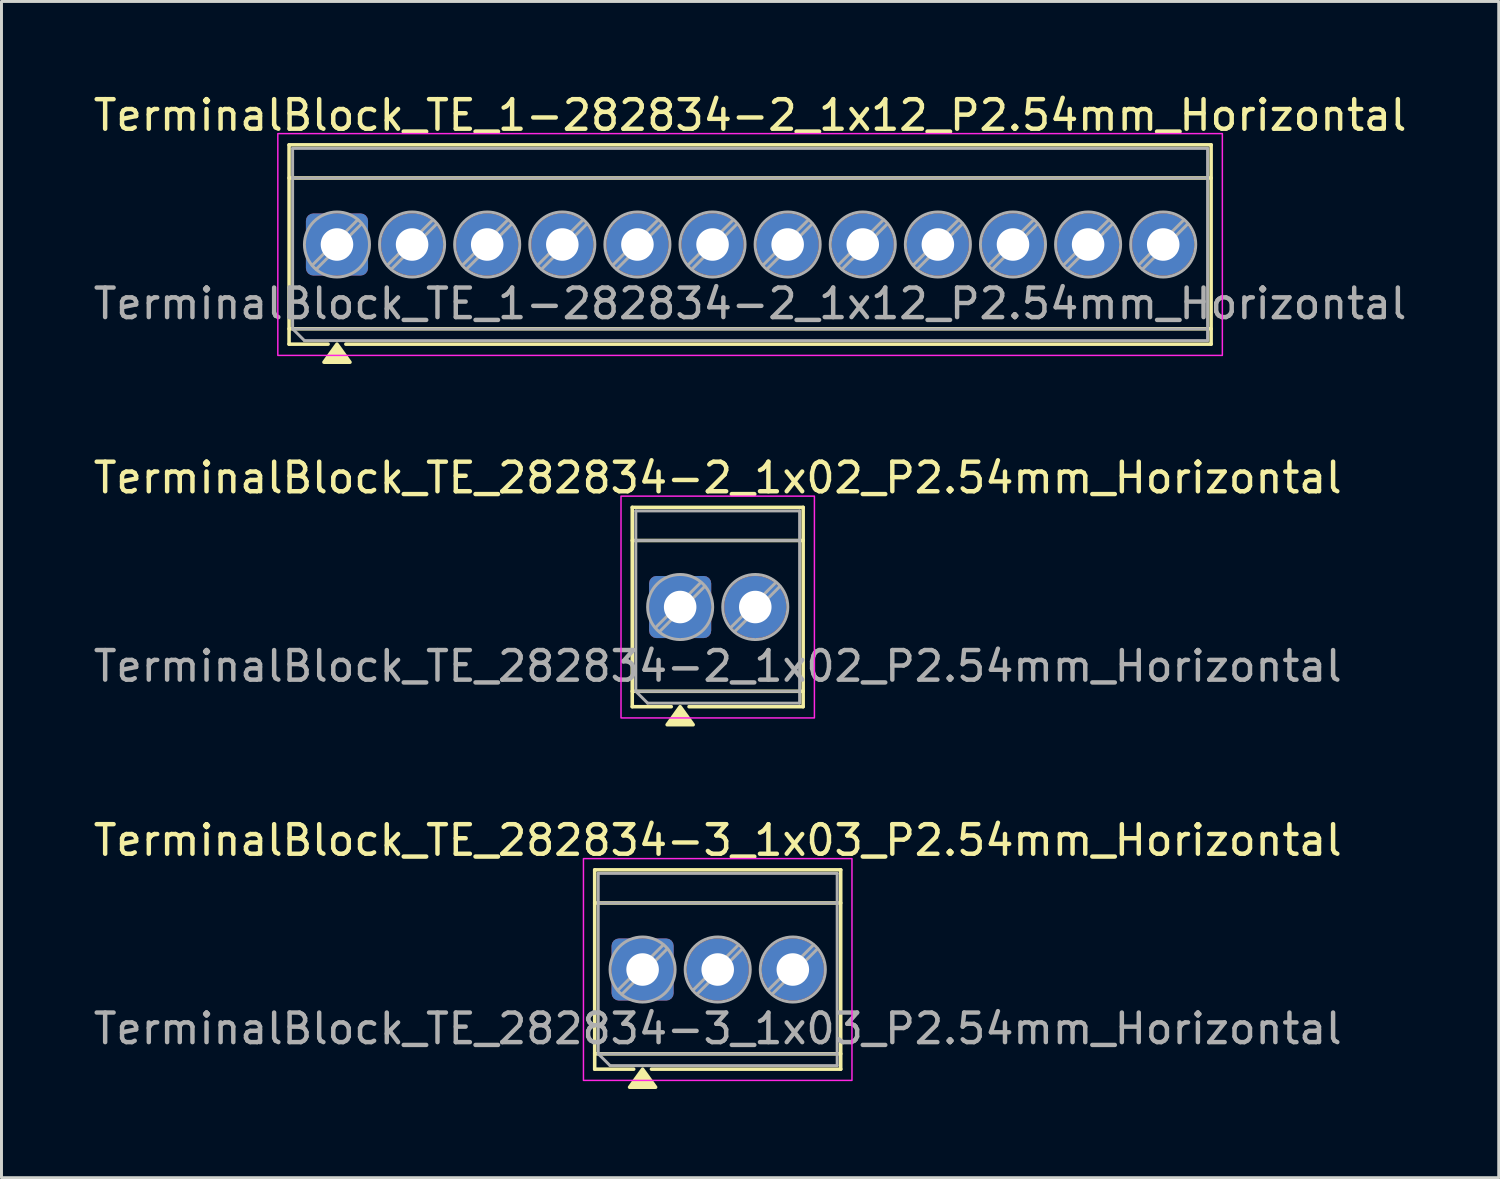
<source format=kicad_pcb>
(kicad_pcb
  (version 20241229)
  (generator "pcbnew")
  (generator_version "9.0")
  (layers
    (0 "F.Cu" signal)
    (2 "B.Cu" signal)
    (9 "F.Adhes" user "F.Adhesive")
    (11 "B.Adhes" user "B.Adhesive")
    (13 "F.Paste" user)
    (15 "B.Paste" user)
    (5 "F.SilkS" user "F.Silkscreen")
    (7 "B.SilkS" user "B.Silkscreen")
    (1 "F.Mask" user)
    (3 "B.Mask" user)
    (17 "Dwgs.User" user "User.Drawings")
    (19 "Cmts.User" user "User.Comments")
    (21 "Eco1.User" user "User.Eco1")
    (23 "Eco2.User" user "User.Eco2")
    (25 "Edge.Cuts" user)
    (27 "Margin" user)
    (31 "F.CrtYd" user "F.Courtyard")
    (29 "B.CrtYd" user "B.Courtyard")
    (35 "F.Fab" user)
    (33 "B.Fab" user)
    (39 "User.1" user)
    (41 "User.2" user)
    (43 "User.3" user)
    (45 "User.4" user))
  (footprint "TerminalBlock_TE_282834-3_1x03_P2.54mm_Horizontal"
    (layer "F.Cu")
    (at 18.68 29.735)
    (property "Reference" "TerminalBlock_TE_282834-3_1x03_P2.54mm_Horizontal" (at 2.54 -4.37 0) (layer "F.SilkS") (effects (font (size 1 1) (thickness 0.15))))
    (attr through_hole)
    (fp_line (start -1.62 -3.37) (end 6.7 -3.37) (stroke (width 0.12) (type solid)) (layer "F.SilkS"))
    (fp_line (start -1.62 -2.25) (end 6.7 -2.25) (stroke (width 0.12) (type solid)) (layer "F.SilkS"))
    (fp_line (start -1.62 2.85) (end 6.7 2.85) (stroke (width 0.12) (type solid)) (layer "F.SilkS"))
    (fp_line (start -1.62 3.37) (end -1.62 -3.37) (stroke (width 0.12) (type solid)) (layer "F.SilkS"))
    (fp_line (start -0.3 3.37) (end -1.62 3.37) (stroke (width 0.12) (type solid)) (layer "F.SilkS"))
    (fp_line (start 6.7 -3.37) (end 6.7 3.37) (stroke (width 0.12) (type solid)) (layer "F.SilkS"))
    (fp_line (start 6.7 3.37) (end 0.3 3.37) (stroke (width 0.12) (type solid)) (layer "F.SilkS"))
    (fp_poly (pts (xy 0 3.37) (xy 0.44 3.98) (xy -0.44 3.98)) (stroke (width 0.12) (type solid)) (fill yes) (layer "F.SilkS"))
    (fp_rect (start -2 -3.75) (end 7.08 3.75) (stroke (width 0.05) (type solid)) (fill no) (layer "F.CrtYd"))
    (fp_line (start -1.5 -3.25) (end 6.58 -3.25) (stroke (width 0.1) (type solid)) (layer "F.Fab"))
    (fp_line (start -1.5 -2.25) (end 6.58 -2.25) (stroke (width 0.1) (type solid)) (layer "F.Fab"))
    (fp_line (start -1.5 2.85) (end -1.5 -3.25) (stroke (width 0.1) (type solid)) (layer "F.Fab"))
    (fp_line (start -1.5 2.85) (end 6.58 2.85) (stroke (width 0.1) (type solid)) (layer "F.Fab"))
    (fp_line (start -1.1 3.25) (end -1.5 2.85) (stroke (width 0.1) (type solid)) (layer "F.Fab"))
    (fp_line (start 0.7 -0.834) (end -0.834 0.7) (stroke (width 0.1) (type solid)) (layer "F.Fab"))
    (fp_line (start 0.834 -0.7) (end -0.7 0.834) (stroke (width 0.1) (type solid)) (layer "F.Fab"))
    (fp_line (start 3.24 -0.834) (end 1.706 0.7) (stroke (width 0.1) (type solid)) (layer "F.Fab"))
    (fp_line (start 3.374 -0.7) (end 1.84 0.834) (stroke (width 0.1) (type solid)) (layer "F.Fab"))
    (fp_line (start 5.78 -0.834) (end 4.246 0.7) (stroke (width 0.1) (type solid)) (layer "F.Fab"))
    (fp_line (start 5.914 -0.7) (end 4.38 0.834) (stroke (width 0.1) (type solid)) (layer "F.Fab"))
    (fp_line (start 6.58 -3.25) (end 6.58 3.25) (stroke (width 0.1) (type solid)) (layer "F.Fab"))
    (fp_line (start 6.58 3.25) (end -1.1 3.25) (stroke (width 0.1) (type solid)) (layer "F.Fab"))
    (fp_circle (center 0 0) (end 1.1 0) (stroke (width 0.1) (type solid)) (fill no) (layer "F.Fab"))
    (fp_circle (center 2.54 0) (end 3.64 0) (stroke (width 0.1) (type solid)) (fill no) (layer "F.Fab"))
    (fp_circle (center 5.08 0) (end 6.18 0) (stroke (width 0.1) (type solid)) (fill no) (layer "F.Fab"))
    (fp_text user "${REFERENCE}" (at 2.54 2 0) (layer "F.Fab") (effects (font (size 1 1) (thickness 0.15))))
    (pad "1" thru_hole roundrect (at 0 0) (size 2.1 2.1) (drill 1.1) (layers "*.Cu" "*.Mask") (roundrect_rratio 0.119))
    (pad "2" thru_hole circle (at 2.54 0) (size 2.1 2.1) (drill 1.1) (layers "*.Cu" "*.Mask"))
    (pad "3" thru_hole circle (at 5.08 0) (size 2.1 2.1) (drill 1.1) (layers "*.Cu" "*.Mask")))
  (footprint "TerminalBlock_TE_1-282834-2_1x12_P2.54mm_Horizontal"
    (layer "F.Cu")
    (at 8.345 5.218)
    (property "Reference" "TerminalBlock_TE_1-282834-2_1x12_P2.54mm_Horizontal" (at 13.97 -4.37 0) (layer "F.SilkS") (effects (font (size 1 1) (thickness 0.15))))
    (attr through_hole)
    (fp_line (start -1.62 -3.37) (end 29.56 -3.37) (stroke (width 0.12) (type solid)) (layer "F.SilkS"))
    (fp_line (start -1.62 -2.25) (end 29.56 -2.25) (stroke (width 0.12) (type solid)) (layer "F.SilkS"))
    (fp_line (start -1.62 2.85) (end 29.56 2.85) (stroke (width 0.12) (type solid)) (layer "F.SilkS"))
    (fp_line (start -1.62 3.37) (end -1.62 -3.37) (stroke (width 0.12) (type solid)) (layer "F.SilkS"))
    (fp_line (start -0.3 3.37) (end -1.62 3.37) (stroke (width 0.12) (type solid)) (layer "F.SilkS"))
    (fp_line (start 29.56 -3.37) (end 29.56 3.37) (stroke (width 0.12) (type solid)) (layer "F.SilkS"))
    (fp_line (start 29.56 3.37) (end 0.3 3.37) (stroke (width 0.12) (type solid)) (layer "F.SilkS"))
    (fp_poly (pts (xy 0 3.37) (xy 0.44 3.98) (xy -0.44 3.98)) (stroke (width 0.12) (type solid)) (fill yes) (layer "F.SilkS"))
    (fp_rect (start -2 -3.75) (end 29.94 3.75) (stroke (width 0.05) (type solid)) (fill no) (layer "F.CrtYd"))
    (fp_line (start -1.5 -3.25) (end 29.44 -3.25) (stroke (width 0.1) (type solid)) (layer "F.Fab"))
    (fp_line (start -1.5 -2.25) (end 29.44 -2.25) (stroke (width 0.1) (type solid)) (layer "F.Fab"))
    (fp_line (start -1.5 2.85) (end -1.5 -3.25) (stroke (width 0.1) (type solid)) (layer "F.Fab"))
    (fp_line (start -1.5 2.85) (end 29.44 2.85) (stroke (width 0.1) (type solid)) (layer "F.Fab"))
    (fp_line (start -1.1 3.25) (end -1.5 2.85) (stroke (width 0.1) (type solid)) (layer "F.Fab"))
    (fp_line (start 0.7 -0.834) (end -0.834 0.7) (stroke (width 0.1) (type solid)) (layer "F.Fab"))
    (fp_line (start 0.834 -0.7) (end -0.7 0.834) (stroke (width 0.1) (type solid)) (layer "F.Fab"))
    (fp_line (start 3.24 -0.834) (end 1.706 0.7) (stroke (width 0.1) (type solid)) (layer "F.Fab"))
    (fp_line (start 3.374 -0.7) (end 1.84 0.834) (stroke (width 0.1) (type solid)) (layer "F.Fab"))
    (fp_line (start 5.78 -0.834) (end 4.246 0.7) (stroke (width 0.1) (type solid)) (layer "F.Fab"))
    (fp_line (start 5.914 -0.7) (end 4.38 0.834) (stroke (width 0.1) (type solid)) (layer "F.Fab"))
    (fp_line (start 8.32 -0.834) (end 6.786 0.7) (stroke (width 0.1) (type solid)) (layer "F.Fab"))
    (fp_line (start 8.454 -0.7) (end 6.92 0.834) (stroke (width 0.1) (type solid)) (layer "F.Fab"))
    (fp_line (start 10.86 -0.834) (end 9.326 0.7) (stroke (width 0.1) (type solid)) (layer "F.Fab"))
    (fp_line (start 10.994 -0.7) (end 9.46 0.834) (stroke (width 0.1) (type solid)) (layer "F.Fab"))
    (fp_line (start 13.4 -0.834) (end 11.866 0.7) (stroke (width 0.1) (type solid)) (layer "F.Fab"))
    (fp_line (start 13.534 -0.7) (end 12 0.834) (stroke (width 0.1) (type solid)) (layer "F.Fab"))
    (fp_line (start 15.94 -0.834) (end 14.406 0.7) (stroke (width 0.1) (type solid)) (layer "F.Fab"))
    (fp_line (start 16.074 -0.7) (end 14.54 0.834) (stroke (width 0.1) (type solid)) (layer "F.Fab"))
    (fp_line (start 18.48 -0.834) (end 16.946 0.7) (stroke (width 0.1) (type solid)) (layer "F.Fab"))
    (fp_line (start 18.614 -0.7) (end 17.08 0.834) (stroke (width 0.1) (type solid)) (layer "F.Fab"))
    (fp_line (start 21.02 -0.834) (end 19.486 0.7) (stroke (width 0.1) (type solid)) (layer "F.Fab"))
    (fp_line (start 21.154 -0.7) (end 19.62 0.834) (stroke (width 0.1) (type solid)) (layer "F.Fab"))
    (fp_line (start 23.56 -0.834) (end 22.026 0.7) (stroke (width 0.1) (type solid)) (layer "F.Fab"))
    (fp_line (start 23.694 -0.7) (end 22.16 0.834) (stroke (width 0.1) (type solid)) (layer "F.Fab"))
    (fp_line (start 26.1 -0.834) (end 24.566 0.7) (stroke (width 0.1) (type solid)) (layer "F.Fab"))
    (fp_line (start 26.234 -0.7) (end 24.7 0.834) (stroke (width 0.1) (type solid)) (layer "F.Fab"))
    (fp_line (start 28.64 -0.834) (end 27.106 0.7) (stroke (width 0.1) (type solid)) (layer "F.Fab"))
    (fp_line (start 28.774 -0.7) (end 27.24 0.834) (stroke (width 0.1) (type solid)) (layer "F.Fab"))
    (fp_line (start 29.44 -3.25) (end 29.44 3.25) (stroke (width 0.1) (type solid)) (layer "F.Fab"))
    (fp_line (start 29.44 3.25) (end -1.1 3.25) (stroke (width 0.1) (type solid)) (layer "F.Fab"))
    (fp_circle (center 0 0) (end 1.1 0) (stroke (width 0.1) (type solid)) (fill no) (layer "F.Fab"))
    (fp_circle (center 2.54 0) (end 3.64 0) (stroke (width 0.1) (type solid)) (fill no) (layer "F.Fab"))
    (fp_circle (center 5.08 0) (end 6.18 0) (stroke (width 0.1) (type solid)) (fill no) (layer "F.Fab"))
    (fp_circle (center 7.62 0) (end 8.72 0) (stroke (width 0.1) (type solid)) (fill no) (layer "F.Fab"))
    (fp_circle (center 10.16 0) (end 11.26 0) (stroke (width 0.1) (type solid)) (fill no) (layer "F.Fab"))
    (fp_circle (center 12.7 0) (end 13.8 0) (stroke (width 0.1) (type solid)) (fill no) (layer "F.Fab"))
    (fp_circle (center 15.24 0) (end 16.34 0) (stroke (width 0.1) (type solid)) (fill no) (layer "F.Fab"))
    (fp_circle (center 17.78 0) (end 18.88 0) (stroke (width 0.1) (type solid)) (fill no) (layer "F.Fab"))
    (fp_circle (center 20.32 0) (end 21.42 0) (stroke (width 0.1) (type solid)) (fill no) (layer "F.Fab"))
    (fp_circle (center 22.86 0) (end 23.96 0) (stroke (width 0.1) (type solid)) (fill no) (layer "F.Fab"))
    (fp_circle (center 25.4 0) (end 26.5 0) (stroke (width 0.1) (type solid)) (fill no) (layer "F.Fab"))
    (fp_circle (center 27.94 0) (end 29.04 0) (stroke (width 0.1) (type solid)) (fill no) (layer "F.Fab"))
    (fp_text user "${REFERENCE}" (at 13.97 2 0) (layer "F.Fab") (effects (font (size 1 1) (thickness 0.15))))
    (pad "1" thru_hole roundrect (at 0 0) (size 2.1 2.1) (drill 1.1) (layers "*.Cu" "*.Mask") (roundrect_rratio 0.119))
    (pad "2" thru_hole circle (at 2.54 0) (size 2.1 2.1) (drill 1.1) (layers "*.Cu" "*.Mask"))
    (pad "3" thru_hole circle (at 5.08 0) (size 2.1 2.1) (drill 1.1) (layers "*.Cu" "*.Mask"))
    (pad "4" thru_hole circle (at 7.62 0) (size 2.1 2.1) (drill 1.1) (layers "*.Cu" "*.Mask"))
    (pad "5" thru_hole circle (at 10.16 0) (size 2.1 2.1) (drill 1.1) (layers "*.Cu" "*.Mask"))
    (pad "6" thru_hole circle (at 12.7 0) (size 2.1 2.1) (drill 1.1) (layers "*.Cu" "*.Mask"))
    (pad "7" thru_hole circle (at 15.24 0) (size 2.1 2.1) (drill 1.1) (layers "*.Cu" "*.Mask"))
    (pad "8" thru_hole circle (at 17.78 0) (size 2.1 2.1) (drill 1.1) (layers "*.Cu" "*.Mask"))
    (pad "9" thru_hole circle (at 20.32 0) (size 2.1 2.1) (drill 1.1) (layers "*.Cu" "*.Mask"))
    (pad "10" thru_hole circle (at 22.86 0) (size 2.1 2.1) (drill 1.1) (layers "*.Cu" "*.Mask"))
    (pad "11" thru_hole circle (at 25.4 0) (size 2.1 2.1) (drill 1.1) (layers "*.Cu" "*.Mask"))
    (pad "12" thru_hole circle (at 27.94 0) (size 2.1 2.1) (drill 1.1) (layers "*.Cu" "*.Mask")))
  (footprint "TerminalBlock_TE_282834-2_1x02_P2.54mm_Horizontal"
    (layer "F.Cu")
    (at 19.95 17.477)
    (property "Reference" "TerminalBlock_TE_282834-2_1x02_P2.54mm_Horizontal" (at 1.27 -4.37 0) (layer "F.SilkS") (effects (font (size 1 1) (thickness 0.15))))
    (attr through_hole)
    (fp_line (start -1.62 -3.37) (end 4.16 -3.37) (stroke (width 0.12) (type solid)) (layer "F.SilkS"))
    (fp_line (start -1.62 -2.25) (end 4.16 -2.25) (stroke (width 0.12) (type solid)) (layer "F.SilkS"))
    (fp_line (start -1.62 2.85) (end 4.16 2.85) (stroke (width 0.12) (type solid)) (layer "F.SilkS"))
    (fp_line (start -1.62 3.37) (end -1.62 -3.37) (stroke (width 0.12) (type solid)) (layer "F.SilkS"))
    (fp_line (start -0.3 3.37) (end -1.62 3.37) (stroke (width 0.12) (type solid)) (layer "F.SilkS"))
    (fp_line (start 4.16 -3.37) (end 4.16 3.37) (stroke (width 0.12) (type solid)) (layer "F.SilkS"))
    (fp_line (start 4.16 3.37) (end 0.3 3.37) (stroke (width 0.12) (type solid)) (layer "F.SilkS"))
    (fp_poly (pts (xy 0 3.37) (xy 0.44 3.98) (xy -0.44 3.98)) (stroke (width 0.12) (type solid)) (fill yes) (layer "F.SilkS"))
    (fp_rect (start -2 -3.75) (end 4.54 3.75) (stroke (width 0.05) (type solid)) (fill no) (layer "F.CrtYd"))
    (fp_line (start -1.5 -3.25) (end 4.04 -3.25) (stroke (width 0.1) (type solid)) (layer "F.Fab"))
    (fp_line (start -1.5 -2.25) (end 4.04 -2.25) (stroke (width 0.1) (type solid)) (layer "F.Fab"))
    (fp_line (start -1.5 2.85) (end -1.5 -3.25) (stroke (width 0.1) (type solid)) (layer "F.Fab"))
    (fp_line (start -1.5 2.85) (end 4.04 2.85) (stroke (width 0.1) (type solid)) (layer "F.Fab"))
    (fp_line (start -1.1 3.25) (end -1.5 2.85) (stroke (width 0.1) (type solid)) (layer "F.Fab"))
    (fp_line (start 0.7 -0.834) (end -0.834 0.7) (stroke (width 0.1) (type solid)) (layer "F.Fab"))
    (fp_line (start 0.834 -0.7) (end -0.7 0.834) (stroke (width 0.1) (type solid)) (layer "F.Fab"))
    (fp_line (start 3.24 -0.834) (end 1.706 0.7) (stroke (width 0.1) (type solid)) (layer "F.Fab"))
    (fp_line (start 3.374 -0.7) (end 1.84 0.834) (stroke (width 0.1) (type solid)) (layer "F.Fab"))
    (fp_line (start 4.04 -3.25) (end 4.04 3.25) (stroke (width 0.1) (type solid)) (layer "F.Fab"))
    (fp_line (start 4.04 3.25) (end -1.1 3.25) (stroke (width 0.1) (type solid)) (layer "F.Fab"))
    (fp_circle (center 0 0) (end 1.1 0) (stroke (width 0.1) (type solid)) (fill no) (layer "F.Fab"))
    (fp_circle (center 2.54 0) (end 3.64 0) (stroke (width 0.1) (type solid)) (fill no) (layer "F.Fab"))
    (fp_text user "${REFERENCE}" (at 1.27 2 0) (layer "F.Fab") (effects (font (size 1 1) (thickness 0.15))))
    (pad "1" thru_hole roundrect (at 0 0) (size 2.1 2.1) (drill 1.1) (layers "*.Cu" "*.Mask") (roundrect_rratio 0.119))
    (pad "2" thru_hole circle (at 2.54 0) (size 2.1 2.1) (drill 1.1) (layers "*.Cu" "*.Mask")))
  (gr_rect
    (start -3 -3)
    (end 47.631 36.775)
    (stroke (width 0.1) (type default))
    (fill no)
    (layer "Edge.Cuts")))
</source>
